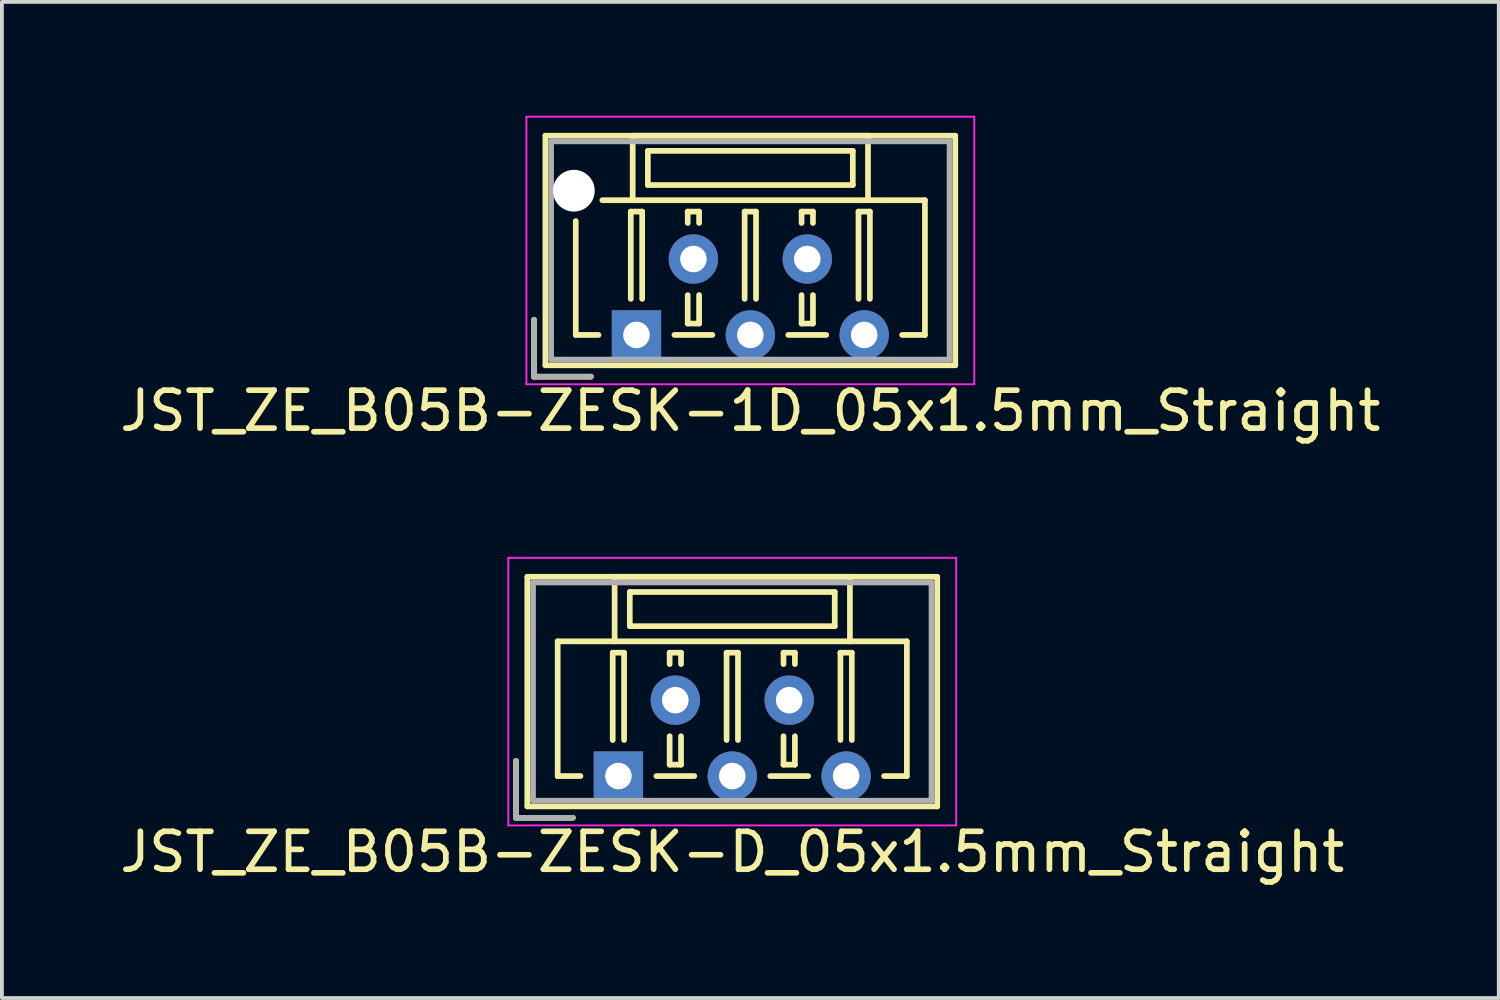
<source format=kicad_pcb>
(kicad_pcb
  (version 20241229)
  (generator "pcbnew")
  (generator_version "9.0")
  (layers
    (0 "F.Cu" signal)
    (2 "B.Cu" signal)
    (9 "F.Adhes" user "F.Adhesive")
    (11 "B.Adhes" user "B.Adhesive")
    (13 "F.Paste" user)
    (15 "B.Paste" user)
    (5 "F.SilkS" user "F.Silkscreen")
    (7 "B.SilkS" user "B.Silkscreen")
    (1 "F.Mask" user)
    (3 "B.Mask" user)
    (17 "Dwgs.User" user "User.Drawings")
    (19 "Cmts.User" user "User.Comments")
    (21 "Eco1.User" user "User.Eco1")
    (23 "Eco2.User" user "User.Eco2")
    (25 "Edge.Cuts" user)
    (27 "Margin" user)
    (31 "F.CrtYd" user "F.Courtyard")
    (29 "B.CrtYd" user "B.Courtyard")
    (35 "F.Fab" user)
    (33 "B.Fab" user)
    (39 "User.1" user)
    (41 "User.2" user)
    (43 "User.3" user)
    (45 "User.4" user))
  (footprint "JST_ZE_B05B-ZESK-D_05x1.5mm_Straight"
    (layer "F.Cu")
    (at 13.244 17.398)
    (property "Reference" "JST_ZE_B05B-ZESK-D_05x1.5mm_Straight" (at 3 2 0) (layer "F.SilkS") (effects (font (size 1 1) (thickness 0.15))))
    (attr through_hole)
    (fp_line (start -2.7 -0.4) (end -2.7 1.1) (stroke (width 0.15) (type solid)) (layer "F.SilkS"))
    (fp_line (start -2.7 1.1) (end -1.2 1.1) (stroke (width 0.15) (type solid)) (layer "F.SilkS"))
    (fp_line (start -2.4 -5.25) (end -2.4 0.8) (stroke (width 0.15) (type solid)) (layer "F.SilkS"))
    (fp_line (start -2.4 0.8) (end 8.4 0.8) (stroke (width 0.15) (type solid)) (layer "F.SilkS"))
    (fp_line (start -1.6 -3.55) (end -1.6 0) (stroke (width 0.15) (type solid)) (layer "F.SilkS"))
    (fp_line (start -1.6 0) (end -1 0) (stroke (width 0.15) (type solid)) (layer "F.SilkS"))
    (fp_line (start -0.15 -3.25) (end 0.15 -3.25) (stroke (width 0.15) (type solid)) (layer "F.SilkS"))
    (fp_line (start -0.15 -0.95) (end -0.15 -3.25) (stroke (width 0.15) (type solid)) (layer "F.SilkS"))
    (fp_line (start -0.1 -5.25) (end -0.1 -3.55) (stroke (width 0.15) (type solid)) (layer "F.SilkS"))
    (fp_line (start -0.1 -3.55) (end -1.6 -3.55) (stroke (width 0.15) (type solid)) (layer "F.SilkS"))
    (fp_line (start -0.1 -3.55) (end 6.1 -3.55) (stroke (width 0.15) (type solid)) (layer "F.SilkS"))
    (fp_line (start 0.15 -3.25) (end 0.15 -0.95) (stroke (width 0.15) (type solid)) (layer "F.SilkS"))
    (fp_line (start 0.3 -4.85) (end 0.3 -3.95) (stroke (width 0.15) (type solid)) (layer "F.SilkS"))
    (fp_line (start 0.3 -3.95) (end 5.7 -3.95) (stroke (width 0.15) (type solid)) (layer "F.SilkS"))
    (fp_line (start 1 0) (end 2 0) (stroke (width 0.15) (type solid)) (layer "F.SilkS"))
    (fp_line (start 1.35 -3.25) (end 1.65 -3.25) (stroke (width 0.15) (type solid)) (layer "F.SilkS"))
    (fp_line (start 1.35 -2.95) (end 1.35 -3.25) (stroke (width 0.15) (type solid)) (layer "F.SilkS"))
    (fp_line (start 1.35 -1.05) (end 1.35 -0.3) (stroke (width 0.15) (type solid)) (layer "F.SilkS"))
    (fp_line (start 1.35 -0.3) (end 1.65 -0.3) (stroke (width 0.15) (type solid)) (layer "F.SilkS"))
    (fp_line (start 1.65 -3.25) (end 1.65 -2.95) (stroke (width 0.15) (type solid)) (layer "F.SilkS"))
    (fp_line (start 1.65 -0.3) (end 1.65 -1.05) (stroke (width 0.15) (type solid)) (layer "F.SilkS"))
    (fp_line (start 2.85 -3.25) (end 3.15 -3.25) (stroke (width 0.15) (type solid)) (layer "F.SilkS"))
    (fp_line (start 2.85 -0.95) (end 2.85 -3.25) (stroke (width 0.15) (type solid)) (layer "F.SilkS"))
    (fp_line (start 3.15 -3.25) (end 3.15 -0.95) (stroke (width 0.15) (type solid)) (layer "F.SilkS"))
    (fp_line (start 4 0) (end 5 0) (stroke (width 0.15) (type solid)) (layer "F.SilkS"))
    (fp_line (start 4.35 -3.25) (end 4.65 -3.25) (stroke (width 0.15) (type solid)) (layer "F.SilkS"))
    (fp_line (start 4.35 -2.95) (end 4.35 -3.25) (stroke (width 0.15) (type solid)) (layer "F.SilkS"))
    (fp_line (start 4.35 -1.05) (end 4.35 -0.3) (stroke (width 0.15) (type solid)) (layer "F.SilkS"))
    (fp_line (start 4.35 -0.3) (end 4.65 -0.3) (stroke (width 0.15) (type solid)) (layer "F.SilkS"))
    (fp_line (start 4.65 -3.25) (end 4.65 -2.95) (stroke (width 0.15) (type solid)) (layer "F.SilkS"))
    (fp_line (start 4.65 -0.3) (end 4.65 -1.05) (stroke (width 0.15) (type solid)) (layer "F.SilkS"))
    (fp_line (start 5.7 -4.85) (end 0.3 -4.85) (stroke (width 0.15) (type solid)) (layer "F.SilkS"))
    (fp_line (start 5.7 -3.95) (end 5.7 -4.85) (stroke (width 0.15) (type solid)) (layer "F.SilkS"))
    (fp_line (start 5.85 -3.25) (end 6.15 -3.25) (stroke (width 0.15) (type solid)) (layer "F.SilkS"))
    (fp_line (start 5.85 -0.95) (end 5.85 -3.25) (stroke (width 0.15) (type solid)) (layer "F.SilkS"))
    (fp_line (start 6.1 -5.25) (end -0.1 -5.25) (stroke (width 0.15) (type solid)) (layer "F.SilkS"))
    (fp_line (start 6.1 -3.55) (end 6.1 -5.25) (stroke (width 0.15) (type solid)) (layer "F.SilkS"))
    (fp_line (start 6.1 -3.55) (end 7.6 -3.55) (stroke (width 0.15) (type solid)) (layer "F.SilkS"))
    (fp_line (start 6.15 -3.25) (end 6.15 -0.95) (stroke (width 0.15) (type solid)) (layer "F.SilkS"))
    (fp_line (start 7.6 -3.55) (end 7.6 0) (stroke (width 0.15) (type solid)) (layer "F.SilkS"))
    (fp_line (start 7.6 0) (end 7 0) (stroke (width 0.15) (type solid)) (layer "F.SilkS"))
    (fp_line (start 8.4 -5.25) (end -2.4 -5.25) (stroke (width 0.15) (type solid)) (layer "F.SilkS"))
    (fp_line (start 8.4 0.8) (end 8.4 -5.25) (stroke (width 0.15) (type solid)) (layer "F.SilkS"))
    (fp_line (start -2.9 -5.75) (end -2.9 1.3) (stroke (width 0.05) (type solid)) (layer "F.CrtYd"))
    (fp_line (start -2.9 1.3) (end 8.9 1.3) (stroke (width 0.05) (type solid)) (layer "F.CrtYd"))
    (fp_line (start 8.9 -5.75) (end -2.9 -5.75) (stroke (width 0.05) (type solid)) (layer "F.CrtYd"))
    (fp_line (start 8.9 1.3) (end 8.9 -5.75) (stroke (width 0.05) (type solid)) (layer "F.CrtYd"))
    (fp_line (start -2.7 -0.4) (end -2.7 1.1) (stroke (width 0.15) (type solid)) (layer "F.Fab"))
    (fp_line (start -2.7 1.1) (end -1.2 1.1) (stroke (width 0.15) (type solid)) (layer "F.Fab"))
    (fp_line (start -2.25 -5.1) (end -2.25 0.65) (stroke (width 0.15) (type solid)) (layer "F.Fab"))
    (fp_line (start -2.25 0.65) (end 8.25 0.65) (stroke (width 0.15) (type solid)) (layer "F.Fab"))
    (fp_line (start 8.25 -5.1) (end -2.25 -5.1) (stroke (width 0.15) (type solid)) (layer "F.Fab"))
    (fp_line (start 8.25 0.65) (end 8.25 -5.1) (stroke (width 0.15) (type solid)) (layer "F.Fab"))
    (pad "1" thru_hole rect (at 0 0) (size 1.3 1.3) (drill 0.7) (layers "*.Cu" "*.Mask"))
    (pad "2" thru_hole circle (at 1.5 -2) (size 1.3 1.3) (drill 0.7) (layers "*.Cu" "*.Mask"))
    (pad "3" thru_hole circle (at 3 0) (size 1.3 1.3) (drill 0.7) (layers "*.Cu" "*.Mask"))
    (pad "4" thru_hole circle (at 4.5 -2) (size 1.3 1.3) (drill 0.7) (layers "*.Cu" "*.Mask"))
    (pad "5" thru_hole circle (at 6 0) (size 1.3 1.3) (drill 0.7) (layers "*.Cu" "*.Mask")))
  (footprint "JST_ZE_B05B-ZESK-1D_05x1.5mm_Straight"
    (layer "F.Cu")
    (at 13.72 5.775)
    (property "Reference" "JST_ZE_B05B-ZESK-1D_05x1.5mm_Straight" (at 3 2 0) (layer "F.SilkS") (effects (font (size 1 1) (thickness 0.15))))
    (attr through_hole)
    (fp_line (start -2.7 -0.4) (end -2.7 1.1) (stroke (width 0.15) (type solid)) (layer "F.SilkS"))
    (fp_line (start -2.7 1.1) (end -1.2 1.1) (stroke (width 0.15) (type solid)) (layer "F.SilkS"))
    (fp_line (start -2.4 -5.25) (end -2.4 0.8) (stroke (width 0.15) (type solid)) (layer "F.SilkS"))
    (fp_line (start -2.4 0.8) (end 8.4 0.8) (stroke (width 0.15) (type solid)) (layer "F.SilkS"))
    (fp_line (start -1.6 -3) (end -1.6 0) (stroke (width 0.15) (type solid)) (layer "F.SilkS"))
    (fp_line (start -1.6 0) (end -1 0) (stroke (width 0.15) (type solid)) (layer "F.SilkS"))
    (fp_line (start -0.15 -3.25) (end 0.15 -3.25) (stroke (width 0.15) (type solid)) (layer "F.SilkS"))
    (fp_line (start -0.15 -0.95) (end -0.15 -3.25) (stroke (width 0.15) (type solid)) (layer "F.SilkS"))
    (fp_line (start -0.1 -5.25) (end -0.1 -3.55) (stroke (width 0.15) (type solid)) (layer "F.SilkS"))
    (fp_line (start -0.1 -3.55) (end -0.9 -3.55) (stroke (width 0.15) (type solid)) (layer "F.SilkS"))
    (fp_line (start -0.1 -3.55) (end 6.1 -3.55) (stroke (width 0.15) (type solid)) (layer "F.SilkS"))
    (fp_line (start 0.15 -3.25) (end 0.15 -0.95) (stroke (width 0.15) (type solid)) (layer "F.SilkS"))
    (fp_line (start 0.3 -4.85) (end 0.3 -3.95) (stroke (width 0.15) (type solid)) (layer "F.SilkS"))
    (fp_line (start 0.3 -3.95) (end 5.7 -3.95) (stroke (width 0.15) (type solid)) (layer "F.SilkS"))
    (fp_line (start 1 0) (end 2 0) (stroke (width 0.15) (type solid)) (layer "F.SilkS"))
    (fp_line (start 1.35 -3.25) (end 1.65 -3.25) (stroke (width 0.15) (type solid)) (layer "F.SilkS"))
    (fp_line (start 1.35 -2.95) (end 1.35 -3.25) (stroke (width 0.15) (type solid)) (layer "F.SilkS"))
    (fp_line (start 1.35 -1.05) (end 1.35 -0.3) (stroke (width 0.15) (type solid)) (layer "F.SilkS"))
    (fp_line (start 1.35 -0.3) (end 1.65 -0.3) (stroke (width 0.15) (type solid)) (layer "F.SilkS"))
    (fp_line (start 1.65 -3.25) (end 1.65 -2.95) (stroke (width 0.15) (type solid)) (layer "F.SilkS"))
    (fp_line (start 1.65 -0.3) (end 1.65 -1.05) (stroke (width 0.15) (type solid)) (layer "F.SilkS"))
    (fp_line (start 2.85 -3.25) (end 3.15 -3.25) (stroke (width 0.15) (type solid)) (layer "F.SilkS"))
    (fp_line (start 2.85 -0.95) (end 2.85 -3.25) (stroke (width 0.15) (type solid)) (layer "F.SilkS"))
    (fp_line (start 3.15 -3.25) (end 3.15 -0.95) (stroke (width 0.15) (type solid)) (layer "F.SilkS"))
    (fp_line (start 4 0) (end 5 0) (stroke (width 0.15) (type solid)) (layer "F.SilkS"))
    (fp_line (start 4.35 -3.25) (end 4.65 -3.25) (stroke (width 0.15) (type solid)) (layer "F.SilkS"))
    (fp_line (start 4.35 -2.95) (end 4.35 -3.25) (stroke (width 0.15) (type solid)) (layer "F.SilkS"))
    (fp_line (start 4.35 -1.05) (end 4.35 -0.3) (stroke (width 0.15) (type solid)) (layer "F.SilkS"))
    (fp_line (start 4.35 -0.3) (end 4.65 -0.3) (stroke (width 0.15) (type solid)) (layer "F.SilkS"))
    (fp_line (start 4.65 -3.25) (end 4.65 -2.95) (stroke (width 0.15) (type solid)) (layer "F.SilkS"))
    (fp_line (start 4.65 -0.3) (end 4.65 -1.05) (stroke (width 0.15) (type solid)) (layer "F.SilkS"))
    (fp_line (start 5.7 -4.85) (end 0.3 -4.85) (stroke (width 0.15) (type solid)) (layer "F.SilkS"))
    (fp_line (start 5.7 -3.95) (end 5.7 -4.85) (stroke (width 0.15) (type solid)) (layer "F.SilkS"))
    (fp_line (start 5.85 -3.25) (end 6.15 -3.25) (stroke (width 0.15) (type solid)) (layer "F.SilkS"))
    (fp_line (start 5.85 -0.95) (end 5.85 -3.25) (stroke (width 0.15) (type solid)) (layer "F.SilkS"))
    (fp_line (start 6.1 -5.25) (end -0.1 -5.25) (stroke (width 0.15) (type solid)) (layer "F.SilkS"))
    (fp_line (start 6.1 -3.55) (end 6.1 -5.25) (stroke (width 0.15) (type solid)) (layer "F.SilkS"))
    (fp_line (start 6.1 -3.55) (end 7.6 -3.55) (stroke (width 0.15) (type solid)) (layer "F.SilkS"))
    (fp_line (start 6.15 -3.25) (end 6.15 -0.95) (stroke (width 0.15) (type solid)) (layer "F.SilkS"))
    (fp_line (start 7.6 -3.55) (end 7.6 0) (stroke (width 0.15) (type solid)) (layer "F.SilkS"))
    (fp_line (start 7.6 0) (end 7 0) (stroke (width 0.15) (type solid)) (layer "F.SilkS"))
    (fp_line (start 8.4 -5.25) (end -2.4 -5.25) (stroke (width 0.15) (type solid)) (layer "F.SilkS"))
    (fp_line (start 8.4 0.8) (end 8.4 -5.25) (stroke (width 0.15) (type solid)) (layer "F.SilkS"))
    (fp_line (start -2.9 -5.75) (end -2.9 1.3) (stroke (width 0.05) (type solid)) (layer "F.CrtYd"))
    (fp_line (start -2.9 1.3) (end 8.9 1.3) (stroke (width 0.05) (type solid)) (layer "F.CrtYd"))
    (fp_line (start 8.9 -5.75) (end -2.9 -5.75) (stroke (width 0.05) (type solid)) (layer "F.CrtYd"))
    (fp_line (start 8.9 1.3) (end 8.9 -5.75) (stroke (width 0.05) (type solid)) (layer "F.CrtYd"))
    (fp_line (start -2.7 -0.4) (end -2.7 1.1) (stroke (width 0.15) (type solid)) (layer "F.Fab"))
    (fp_line (start -2.7 1.1) (end -1.2 1.1) (stroke (width 0.15) (type solid)) (layer "F.Fab"))
    (fp_line (start -2.25 -5.1) (end -2.25 0.65) (stroke (width 0.15) (type solid)) (layer "F.Fab"))
    (fp_line (start -2.25 0.65) (end 8.25 0.65) (stroke (width 0.15) (type solid)) (layer "F.Fab"))
    (fp_line (start 8.25 -5.1) (end -2.25 -5.1) (stroke (width 0.15) (type solid)) (layer "F.Fab"))
    (fp_line (start 8.25 0.65) (end 8.25 -5.1) (stroke (width 0.15) (type solid)) (layer "F.Fab"))
    (pad "" np_thru_hole circle (at -1.65 -3.8) (size 1.1 1.1) (drill 1.1) (layers "*.Cu"))
    (pad "1" thru_hole rect (at 0 0) (size 1.3 1.3) (drill 0.7) (layers "*.Cu" "*.Mask"))
    (pad "2" thru_hole circle (at 1.5 -2) (size 1.3 1.3) (drill 0.7) (layers "*.Cu" "*.Mask"))
    (pad "3" thru_hole circle (at 3 0) (size 1.3 1.3) (drill 0.7) (layers "*.Cu" "*.Mask"))
    (pad "4" thru_hole circle (at 4.5 -2) (size 1.3 1.3) (drill 0.7) (layers "*.Cu" "*.Mask"))
    (pad "5" thru_hole circle (at 6 0) (size 1.3 1.3) (drill 0.7) (layers "*.Cu" "*.Mask")))
  (gr_rect
    (start -3 -3)
    (end 36.44 23.247)
    (stroke (width 0.1) (type default))
    (fill no)
    (layer "Edge.Cuts")))
</source>
